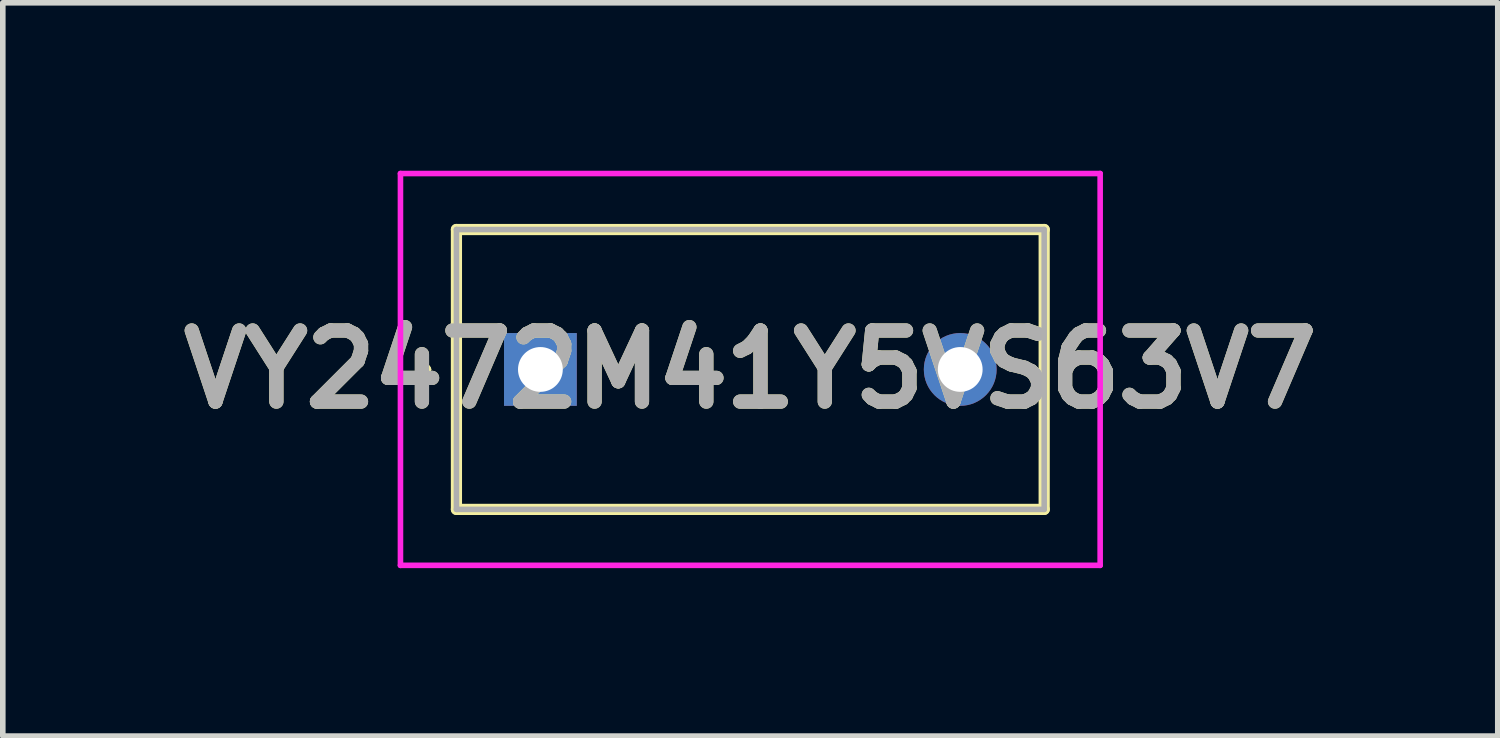
<source format=kicad_pcb>
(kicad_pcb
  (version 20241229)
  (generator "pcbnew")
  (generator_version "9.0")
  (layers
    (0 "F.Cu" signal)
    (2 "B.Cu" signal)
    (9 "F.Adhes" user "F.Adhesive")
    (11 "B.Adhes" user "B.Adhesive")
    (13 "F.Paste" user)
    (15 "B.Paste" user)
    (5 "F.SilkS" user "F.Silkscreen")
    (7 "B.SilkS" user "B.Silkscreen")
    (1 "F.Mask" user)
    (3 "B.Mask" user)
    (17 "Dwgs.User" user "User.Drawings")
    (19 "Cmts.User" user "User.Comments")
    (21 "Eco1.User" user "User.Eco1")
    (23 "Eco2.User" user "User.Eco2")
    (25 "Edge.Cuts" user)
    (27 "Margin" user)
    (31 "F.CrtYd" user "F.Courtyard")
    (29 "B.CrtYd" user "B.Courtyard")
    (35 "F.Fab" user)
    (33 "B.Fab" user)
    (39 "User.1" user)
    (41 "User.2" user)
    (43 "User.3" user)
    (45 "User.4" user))
  (footprint "VY2472M41Y5VS63V7"
    (layer "F.Cu")
    (at 6.604 3.55)
    (property "Reference" "VY2472M41Y5VS63V7" (at 3.75 0 0) (layer "F.SilkS") (effects (font (size 1.27 1.27) (thickness 0.254))))
    (attr through_hole)
    (fp_line (start -2.1 0) (end -2.1 0) (stroke (width 0.1) (type solid)) (layer "F.SilkS"))
    (fp_line (start -2 0) (end -2 0) (stroke (width 0.1) (type solid)) (layer "F.SilkS"))
    (fp_line (start -1.5 -2.5) (end 9 -2.5) (stroke (width 0.2) (type solid)) (layer "F.SilkS"))
    (fp_line (start -1.5 2.5) (end -1.5 -2.5) (stroke (width 0.2) (type solid)) (layer "F.SilkS"))
    (fp_line (start 9 -2.5) (end 9 2.5) (stroke (width 0.2) (type solid)) (layer "F.SilkS"))
    (fp_line (start 9 2.5) (end -1.5 2.5) (stroke (width 0.2) (type solid)) (layer "F.SilkS"))
    (fp_arc (start -2.1 0) (mid -2.05 -0.05) (end -2 0) (stroke (width 0.1) (type solid)) (layer "F.SilkS"))
    (fp_arc (start -2 0) (mid -2.05 0.05) (end -2.1 0) (stroke (width 0.1) (type solid)) (layer "F.SilkS"))
    (fp_line (start -2.5 -3.5) (end 10 -3.5) (stroke (width 0.1) (type solid)) (layer "F.CrtYd"))
    (fp_line (start -2.5 3.5) (end -2.5 -3.5) (stroke (width 0.1) (type solid)) (layer "F.CrtYd"))
    (fp_line (start 10 -3.5) (end 10 3.5) (stroke (width 0.1) (type solid)) (layer "F.CrtYd"))
    (fp_line (start 10 3.5) (end -2.5 3.5) (stroke (width 0.1) (type solid)) (layer "F.CrtYd"))
    (fp_line (start -1.5 -2.5) (end -1.5 2.5) (stroke (width 0.1) (type solid)) (layer "F.Fab"))
    (fp_line (start -1.5 2.5) (end 9 2.5) (stroke (width 0.1) (type solid)) (layer "F.Fab"))
    (fp_line (start 9 -2.5) (end -1.5 -2.5) (stroke (width 0.1) (type solid)) (layer "F.Fab"))
    (fp_line (start 9 2.5) (end 9 -2.5) (stroke (width 0.1) (type solid)) (layer "F.Fab"))
    (fp_text user "${REFERENCE}" (at 3.75 0 0) (layer "F.Fab") (effects (font (size 1.27 1.27) (thickness 0.254))))
    (pad "1" thru_hole rect (at 0 0) (size 1.3 1.3) (drill 0.8) (layers "*.Cu" "*.Mask"))
    (pad "2" thru_hole circle (at 7.5 0) (size 1.3 1.3) (drill 0.8) (layers "*.Cu" "*.Mask")))
  (gr_rect
    (start -3 -3)
    (end 23.707 10.1)
    (stroke (width 0.1) (type default))
    (fill no)
    (layer "Edge.Cuts")))
</source>
